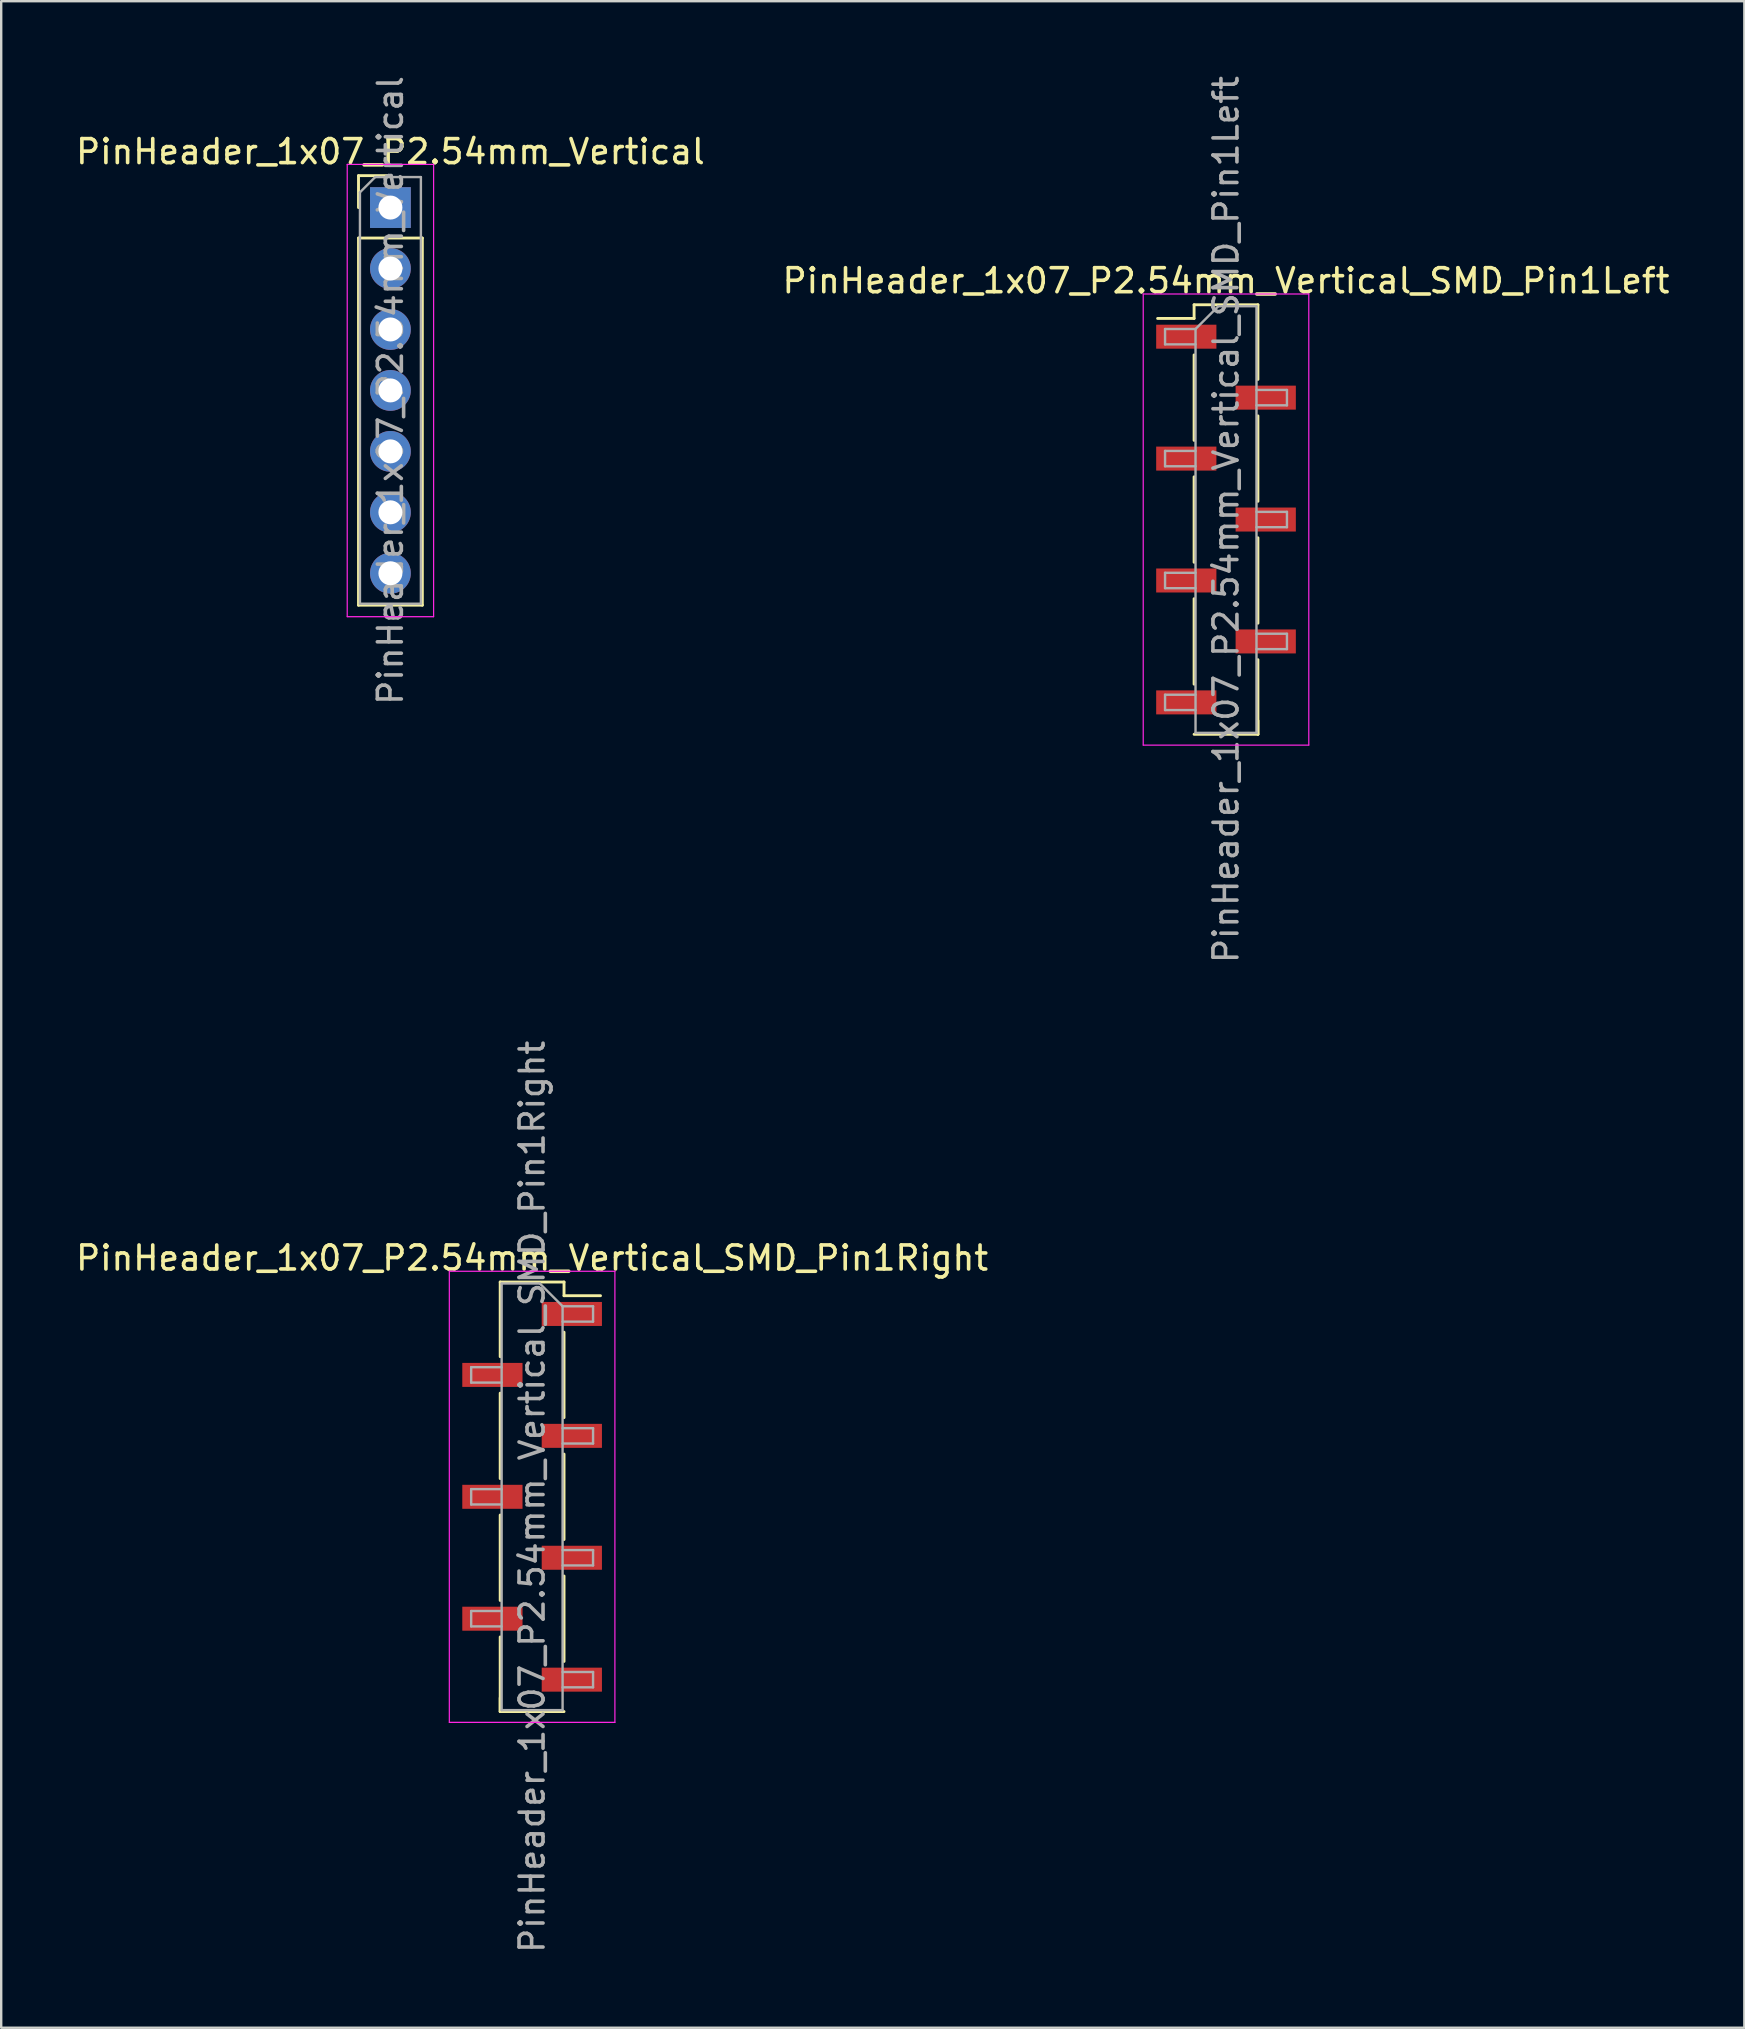
<source format=kicad_pcb>
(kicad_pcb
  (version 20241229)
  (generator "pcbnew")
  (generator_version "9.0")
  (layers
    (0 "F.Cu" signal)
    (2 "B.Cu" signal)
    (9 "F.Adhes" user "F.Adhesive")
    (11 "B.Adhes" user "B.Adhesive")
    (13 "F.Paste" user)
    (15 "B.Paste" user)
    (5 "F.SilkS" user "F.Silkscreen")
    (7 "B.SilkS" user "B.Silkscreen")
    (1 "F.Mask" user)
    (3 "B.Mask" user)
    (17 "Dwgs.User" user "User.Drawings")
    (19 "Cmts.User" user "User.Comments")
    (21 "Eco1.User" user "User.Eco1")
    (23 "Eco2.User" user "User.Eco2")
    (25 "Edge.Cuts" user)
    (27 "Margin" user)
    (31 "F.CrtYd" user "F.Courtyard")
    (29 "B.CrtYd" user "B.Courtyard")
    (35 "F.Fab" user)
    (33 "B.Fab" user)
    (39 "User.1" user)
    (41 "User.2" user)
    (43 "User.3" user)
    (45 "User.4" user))
  (footprint "PinHeader_1x07_P2.54mm_Vertical_SMD_Pin1Right"
    (layer "F.Cu")
    (at 19.125 59.327)
    (property "Reference" "PinHeader_1x07_P2.54mm_Vertical_SMD_Pin1Right" (at 0 -9.95 0) (layer "F.SilkS") (effects (font (size 1 1) (thickness 0.15))))
    (attr smd)
    (fp_line (start -1.33 -8.95) (end -1.33 -5.84) (stroke (width 0.12) (type solid)) (layer "F.SilkS"))
    (fp_line (start -1.33 -8.95) (end 1.33 -8.95) (stroke (width 0.12) (type solid)) (layer "F.SilkS"))
    (fp_line (start -1.33 -4.32) (end -1.33 -0.76) (stroke (width 0.12) (type solid)) (layer "F.SilkS"))
    (fp_line (start -1.33 0.76) (end -1.33 4.32) (stroke (width 0.12) (type solid)) (layer "F.SilkS"))
    (fp_line (start -1.33 5.84) (end -1.33 8.95) (stroke (width 0.12) (type solid)) (layer "F.SilkS"))
    (fp_line (start -1.33 8.38) (end -1.33 8.95) (stroke (width 0.12) (type solid)) (layer "F.SilkS"))
    (fp_line (start -1.33 8.95) (end 1.33 8.95) (stroke (width 0.12) (type solid)) (layer "F.SilkS"))
    (fp_line (start 1.33 -8.95) (end 1.33 -8.38) (stroke (width 0.12) (type solid)) (layer "F.SilkS"))
    (fp_line (start 1.33 -8.38) (end 2.85 -8.38) (stroke (width 0.12) (type solid)) (layer "F.SilkS"))
    (fp_line (start 1.33 -6.86) (end 1.33 -3.3) (stroke (width 0.12) (type solid)) (layer "F.SilkS"))
    (fp_line (start 1.33 -1.78) (end 1.33 1.78) (stroke (width 0.12) (type solid)) (layer "F.SilkS"))
    (fp_line (start 1.33 3.3) (end 1.33 6.86) (stroke (width 0.12) (type solid)) (layer "F.SilkS"))
    (fp_line (start -3.45 -9.4) (end -3.45 9.4) (stroke (width 0.05) (type solid)) (layer "F.CrtYd"))
    (fp_line (start -3.45 9.4) (end 3.45 9.4) (stroke (width 0.05) (type solid)) (layer "F.CrtYd"))
    (fp_line (start 3.45 -9.4) (end -3.45 -9.4) (stroke (width 0.05) (type solid)) (layer "F.CrtYd"))
    (fp_line (start 3.45 9.4) (end 3.45 -9.4) (stroke (width 0.05) (type solid)) (layer "F.CrtYd"))
    (fp_line (start -2.54 -5.4) (end -2.54 -4.76) (stroke (width 0.1) (type solid)) (layer "F.Fab"))
    (fp_line (start -2.54 -4.76) (end -1.27 -4.76) (stroke (width 0.1) (type solid)) (layer "F.Fab"))
    (fp_line (start -2.54 -0.32) (end -2.54 0.32) (stroke (width 0.1) (type solid)) (layer "F.Fab"))
    (fp_line (start -2.54 0.32) (end -1.27 0.32) (stroke (width 0.1) (type solid)) (layer "F.Fab"))
    (fp_line (start -2.54 4.76) (end -2.54 5.4) (stroke (width 0.1) (type solid)) (layer "F.Fab"))
    (fp_line (start -2.54 5.4) (end -1.27 5.4) (stroke (width 0.1) (type solid)) (layer "F.Fab"))
    (fp_line (start -1.27 -8.89) (end -1.27 8.89) (stroke (width 0.1) (type solid)) (layer "F.Fab"))
    (fp_line (start -1.27 -8.89) (end 0.32 -8.89) (stroke (width 0.1) (type solid)) (layer "F.Fab"))
    (fp_line (start -1.27 -5.4) (end -2.54 -5.4) (stroke (width 0.1) (type solid)) (layer "F.Fab"))
    (fp_line (start -1.27 -0.32) (end -2.54 -0.32) (stroke (width 0.1) (type solid)) (layer "F.Fab"))
    (fp_line (start -1.27 4.76) (end -2.54 4.76) (stroke (width 0.1) (type solid)) (layer "F.Fab"))
    (fp_line (start 1.27 -7.94) (end 0.32 -8.89) (stroke (width 0.1) (type solid)) (layer "F.Fab"))
    (fp_line (start 1.27 -7.94) (end 2.54 -7.94) (stroke (width 0.1) (type solid)) (layer "F.Fab"))
    (fp_line (start 1.27 -2.86) (end 2.54 -2.86) (stroke (width 0.1) (type solid)) (layer "F.Fab"))
    (fp_line (start 1.27 2.22) (end 2.54 2.22) (stroke (width 0.1) (type solid)) (layer "F.Fab"))
    (fp_line (start 1.27 7.3) (end 2.54 7.3) (stroke (width 0.1) (type solid)) (layer "F.Fab"))
    (fp_line (start 1.27 8.89) (end -1.27 8.89) (stroke (width 0.1) (type solid)) (layer "F.Fab"))
    (fp_line (start 1.27 8.89) (end 1.27 -7.94) (stroke (width 0.1) (type solid)) (layer "F.Fab"))
    (fp_line (start 2.54 -7.94) (end 2.54 -7.3) (stroke (width 0.1) (type solid)) (layer "F.Fab"))
    (fp_line (start 2.54 -7.3) (end 1.27 -7.3) (stroke (width 0.1) (type solid)) (layer "F.Fab"))
    (fp_line (start 2.54 -2.86) (end 2.54 -2.22) (stroke (width 0.1) (type solid)) (layer "F.Fab"))
    (fp_line (start 2.54 -2.22) (end 1.27 -2.22) (stroke (width 0.1) (type solid)) (layer "F.Fab"))
    (fp_line (start 2.54 2.22) (end 2.54 2.86) (stroke (width 0.1) (type solid)) (layer "F.Fab"))
    (fp_line (start 2.54 2.86) (end 1.27 2.86) (stroke (width 0.1) (type solid)) (layer "F.Fab"))
    (fp_line (start 2.54 7.3) (end 2.54 7.94) (stroke (width 0.1) (type solid)) (layer "F.Fab"))
    (fp_line (start 2.54 7.94) (end 1.27 7.94) (stroke (width 0.1) (type solid)) (layer "F.Fab"))
    (fp_text user "${REFERENCE}" (at 0 0 90) (layer "F.Fab") (effects (font (size 1 1) (thickness 0.15))))
    (pad "1" smd rect (at 1.655 -7.62) (size 2.51 1) (layers "F.Cu" "F.Mask" "F.Paste"))
    (pad "2" smd rect (at -1.655 -5.08) (size 2.51 1) (layers "F.Cu" "F.Mask" "F.Paste"))
    (pad "3" smd rect (at 1.655 -2.54) (size 2.51 1) (layers "F.Cu" "F.Mask" "F.Paste"))
    (pad "4" smd rect (at -1.655 0) (size 2.51 1) (layers "F.Cu" "F.Mask" "F.Paste"))
    (pad "5" smd rect (at 1.655 2.54) (size 2.51 1) (layers "F.Cu" "F.Mask" "F.Paste"))
    (pad "6" smd rect (at -1.655 5.08) (size 2.51 1) (layers "F.Cu" "F.Mask" "F.Paste"))
    (pad "7" smd rect (at 1.655 7.62) (size 2.51 1) (layers "F.Cu" "F.Mask" "F.Paste")))
  (footprint "PinHeader_1x07_P2.54mm_Vertical"
    (layer "F.Cu")
    (at 13.22 5.6)
    (property "Reference" "PinHeader_1x07_P2.54mm_Vertical" (at 0 -2.33 0) (layer "F.SilkS") (effects (font (size 1 1) (thickness 0.15))))
    (attr through_hole)
    (fp_line (start -1.33 -1.33) (end 0 -1.33) (stroke (width 0.12) (type solid)) (layer "F.SilkS"))
    (fp_line (start -1.33 0) (end -1.33 -1.33) (stroke (width 0.12) (type solid)) (layer "F.SilkS"))
    (fp_line (start -1.33 1.27) (end -1.33 16.57) (stroke (width 0.12) (type solid)) (layer "F.SilkS"))
    (fp_line (start -1.33 1.27) (end 1.33 1.27) (stroke (width 0.12) (type solid)) (layer "F.SilkS"))
    (fp_line (start -1.33 16.57) (end 1.33 16.57) (stroke (width 0.12) (type solid)) (layer "F.SilkS"))
    (fp_line (start 1.33 1.27) (end 1.33 16.57) (stroke (width 0.12) (type solid)) (layer "F.SilkS"))
    (fp_line (start -1.8 -1.8) (end -1.8 17.05) (stroke (width 0.05) (type solid)) (layer "F.CrtYd"))
    (fp_line (start -1.8 17.05) (end 1.8 17.05) (stroke (width 0.05) (type solid)) (layer "F.CrtYd"))
    (fp_line (start 1.8 -1.8) (end -1.8 -1.8) (stroke (width 0.05) (type solid)) (layer "F.CrtYd"))
    (fp_line (start 1.8 17.05) (end 1.8 -1.8) (stroke (width 0.05) (type solid)) (layer "F.CrtYd"))
    (fp_line (start -1.27 -0.635) (end -0.635 -1.27) (stroke (width 0.1) (type solid)) (layer "F.Fab"))
    (fp_line (start -1.27 16.51) (end -1.27 -0.635) (stroke (width 0.1) (type solid)) (layer "F.Fab"))
    (fp_line (start -0.635 -1.27) (end 1.27 -1.27) (stroke (width 0.1) (type solid)) (layer "F.Fab"))
    (fp_line (start 1.27 -1.27) (end 1.27 16.51) (stroke (width 0.1) (type solid)) (layer "F.Fab"))
    (fp_line (start 1.27 16.51) (end -1.27 16.51) (stroke (width 0.1) (type solid)) (layer "F.Fab"))
    (fp_text user "${REFERENCE}" (at 0 7.62 90) (layer "F.Fab") (effects (font (size 1 1) (thickness 0.15))))
    (pad "1" thru_hole rect (at 0 0) (size 1.7 1.7) (drill 1) (layers "*.Cu" "*.Mask"))
    (pad "2" thru_hole oval (at 0 2.54) (size 1.7 1.7) (drill 1) (layers "*.Cu" "*.Mask"))
    (pad "3" thru_hole oval (at 0 5.08) (size 1.7 1.7) (drill 1) (layers "*.Cu" "*.Mask"))
    (pad "4" thru_hole oval (at 0 7.62) (size 1.7 1.7) (drill 1) (layers "*.Cu" "*.Mask"))
    (pad "5" thru_hole oval (at 0 10.16) (size 1.7 1.7) (drill 1) (layers "*.Cu" "*.Mask"))
    (pad "6" thru_hole oval (at 0 12.7) (size 1.7 1.7) (drill 1) (layers "*.Cu" "*.Mask"))
    (pad "7" thru_hole oval (at 0 15.24) (size 1.7 1.7) (drill 1) (layers "*.Cu" "*.Mask")))
  (footprint "PinHeader_1x07_P2.54mm_Vertical_SMD_Pin1Left"
    (layer "F.Cu")
    (at 48.042 18.601)
    (property "Reference" "PinHeader_1x07_P2.54mm_Vertical_SMD_Pin1Left" (at 0 -9.95 0) (layer "F.SilkS") (effects (font (size 1 1) (thickness 0.15))))
    (attr smd)
    (fp_line (start -1.33 -8.95) (end -1.33 -8.38) (stroke (width 0.12) (type solid)) (layer "F.SilkS"))
    (fp_line (start -1.33 -8.95) (end 1.33 -8.95) (stroke (width 0.12) (type solid)) (layer "F.SilkS"))
    (fp_line (start -1.33 -8.38) (end -2.85 -8.38) (stroke (width 0.12) (type solid)) (layer "F.SilkS"))
    (fp_line (start -1.33 -6.86) (end -1.33 -3.3) (stroke (width 0.12) (type solid)) (layer "F.SilkS"))
    (fp_line (start -1.33 -1.78) (end -1.33 1.78) (stroke (width 0.12) (type solid)) (layer "F.SilkS"))
    (fp_line (start -1.33 3.3) (end -1.33 6.86) (stroke (width 0.12) (type solid)) (layer "F.SilkS"))
    (fp_line (start -1.33 8.95) (end 1.33 8.95) (stroke (width 0.12) (type solid)) (layer "F.SilkS"))
    (fp_line (start 1.33 -8.95) (end 1.33 -5.84) (stroke (width 0.12) (type solid)) (layer "F.SilkS"))
    (fp_line (start 1.33 -4.32) (end 1.33 -0.76) (stroke (width 0.12) (type solid)) (layer "F.SilkS"))
    (fp_line (start 1.33 0.76) (end 1.33 4.32) (stroke (width 0.12) (type solid)) (layer "F.SilkS"))
    (fp_line (start 1.33 5.84) (end 1.33 8.95) (stroke (width 0.12) (type solid)) (layer "F.SilkS"))
    (fp_line (start 1.33 8.38) (end 1.33 8.95) (stroke (width 0.12) (type solid)) (layer "F.SilkS"))
    (fp_line (start -3.45 -9.4) (end -3.45 9.4) (stroke (width 0.05) (type solid)) (layer "F.CrtYd"))
    (fp_line (start -3.45 9.4) (end 3.45 9.4) (stroke (width 0.05) (type solid)) (layer "F.CrtYd"))
    (fp_line (start 3.45 -9.4) (end -3.45 -9.4) (stroke (width 0.05) (type solid)) (layer "F.CrtYd"))
    (fp_line (start 3.45 9.4) (end 3.45 -9.4) (stroke (width 0.05) (type solid)) (layer "F.CrtYd"))
    (fp_line (start -2.54 -7.94) (end -2.54 -7.3) (stroke (width 0.1) (type solid)) (layer "F.Fab"))
    (fp_line (start -2.54 -7.3) (end -1.27 -7.3) (stroke (width 0.1) (type solid)) (layer "F.Fab"))
    (fp_line (start -2.54 -2.86) (end -2.54 -2.22) (stroke (width 0.1) (type solid)) (layer "F.Fab"))
    (fp_line (start -2.54 -2.22) (end -1.27 -2.22) (stroke (width 0.1) (type solid)) (layer "F.Fab"))
    (fp_line (start -2.54 2.22) (end -2.54 2.86) (stroke (width 0.1) (type solid)) (layer "F.Fab"))
    (fp_line (start -2.54 2.86) (end -1.27 2.86) (stroke (width 0.1) (type solid)) (layer "F.Fab"))
    (fp_line (start -2.54 7.3) (end -2.54 7.94) (stroke (width 0.1) (type solid)) (layer "F.Fab"))
    (fp_line (start -2.54 7.94) (end -1.27 7.94) (stroke (width 0.1) (type solid)) (layer "F.Fab"))
    (fp_line (start -1.27 -7.94) (end -2.54 -7.94) (stroke (width 0.1) (type solid)) (layer "F.Fab"))
    (fp_line (start -1.27 -7.94) (end -0.32 -8.89) (stroke (width 0.1) (type solid)) (layer "F.Fab"))
    (fp_line (start -1.27 -2.86) (end -2.54 -2.86) (stroke (width 0.1) (type solid)) (layer "F.Fab"))
    (fp_line (start -1.27 2.22) (end -2.54 2.22) (stroke (width 0.1) (type solid)) (layer "F.Fab"))
    (fp_line (start -1.27 7.3) (end -2.54 7.3) (stroke (width 0.1) (type solid)) (layer "F.Fab"))
    (fp_line (start -1.27 8.89) (end -1.27 -7.94) (stroke (width 0.1) (type solid)) (layer "F.Fab"))
    (fp_line (start -0.32 -8.89) (end 1.27 -8.89) (stroke (width 0.1) (type solid)) (layer "F.Fab"))
    (fp_line (start 1.27 -8.89) (end 1.27 8.89) (stroke (width 0.1) (type solid)) (layer "F.Fab"))
    (fp_line (start 1.27 -5.4) (end 2.54 -5.4) (stroke (width 0.1) (type solid)) (layer "F.Fab"))
    (fp_line (start 1.27 -0.32) (end 2.54 -0.32) (stroke (width 0.1) (type solid)) (layer "F.Fab"))
    (fp_line (start 1.27 4.76) (end 2.54 4.76) (stroke (width 0.1) (type solid)) (layer "F.Fab"))
    (fp_line (start 1.27 8.89) (end -1.27 8.89) (stroke (width 0.1) (type solid)) (layer "F.Fab"))
    (fp_line (start 2.54 -5.4) (end 2.54 -4.76) (stroke (width 0.1) (type solid)) (layer "F.Fab"))
    (fp_line (start 2.54 -4.76) (end 1.27 -4.76) (stroke (width 0.1) (type solid)) (layer "F.Fab"))
    (fp_line (start 2.54 -0.32) (end 2.54 0.32) (stroke (width 0.1) (type solid)) (layer "F.Fab"))
    (fp_line (start 2.54 0.32) (end 1.27 0.32) (stroke (width 0.1) (type solid)) (layer "F.Fab"))
    (fp_line (start 2.54 4.76) (end 2.54 5.4) (stroke (width 0.1) (type solid)) (layer "F.Fab"))
    (fp_line (start 2.54 5.4) (end 1.27 5.4) (stroke (width 0.1) (type solid)) (layer "F.Fab"))
    (fp_text user "${REFERENCE}" (at 0 0 90) (layer "F.Fab") (effects (font (size 1 1) (thickness 0.15))))
    (pad "1" smd rect (at -1.655 -7.62) (size 2.51 1) (layers "F.Cu" "F.Mask" "F.Paste"))
    (pad "2" smd rect (at 1.655 -5.08) (size 2.51 1) (layers "F.Cu" "F.Mask" "F.Paste"))
    (pad "3" smd rect (at -1.655 -2.54) (size 2.51 1) (layers "F.Cu" "F.Mask" "F.Paste"))
    (pad "4" smd rect (at 1.655 0) (size 2.51 1) (layers "F.Cu" "F.Mask" "F.Paste"))
    (pad "5" smd rect (at -1.655 2.54) (size 2.51 1) (layers "F.Cu" "F.Mask" "F.Paste"))
    (pad "6" smd rect (at 1.655 5.08) (size 2.51 1) (layers "F.Cu" "F.Mask" "F.Paste"))
    (pad "7" smd rect (at -1.655 7.62) (size 2.51 1) (layers "F.Cu" "F.Mask" "F.Paste")))
  (gr_rect
    (start -3 -3)
    (end 69.643 81.452)
    (stroke (width 0.1) (type default))
    (fill no)
    (layer "Edge.Cuts")))
</source>
